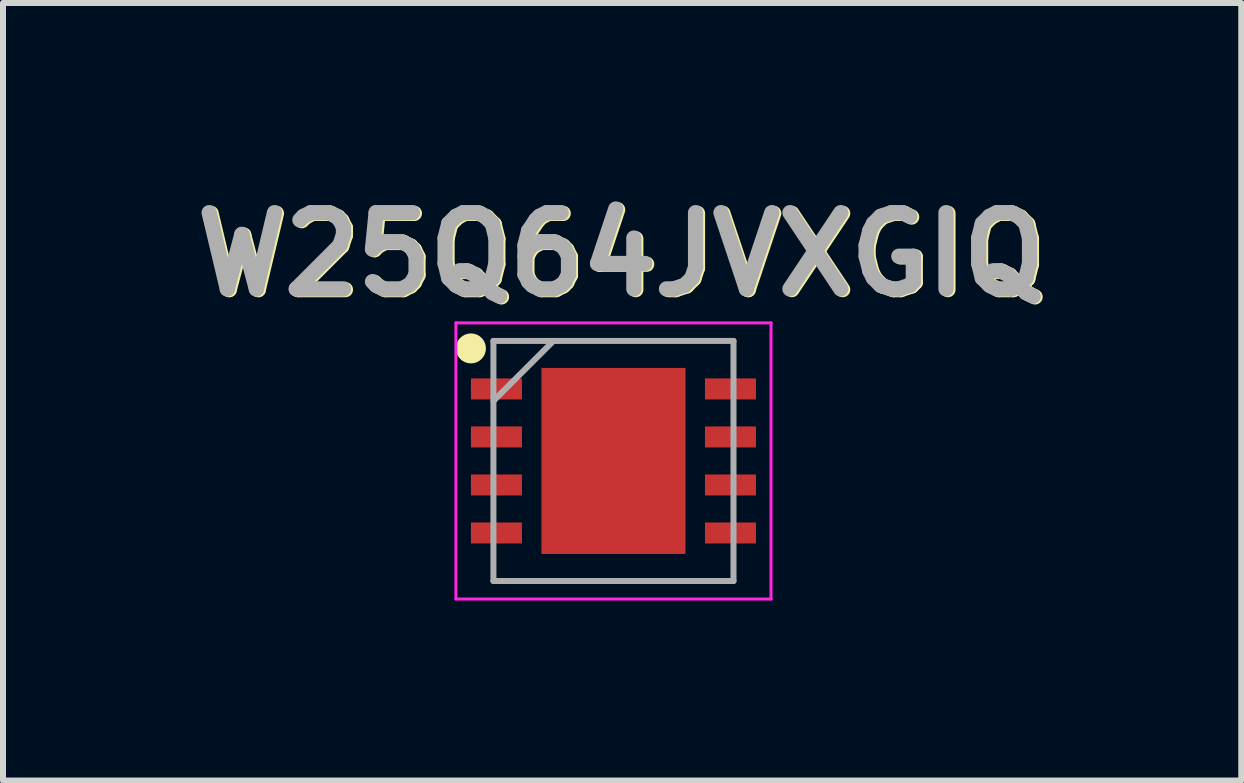
<source format=kicad_pcb>
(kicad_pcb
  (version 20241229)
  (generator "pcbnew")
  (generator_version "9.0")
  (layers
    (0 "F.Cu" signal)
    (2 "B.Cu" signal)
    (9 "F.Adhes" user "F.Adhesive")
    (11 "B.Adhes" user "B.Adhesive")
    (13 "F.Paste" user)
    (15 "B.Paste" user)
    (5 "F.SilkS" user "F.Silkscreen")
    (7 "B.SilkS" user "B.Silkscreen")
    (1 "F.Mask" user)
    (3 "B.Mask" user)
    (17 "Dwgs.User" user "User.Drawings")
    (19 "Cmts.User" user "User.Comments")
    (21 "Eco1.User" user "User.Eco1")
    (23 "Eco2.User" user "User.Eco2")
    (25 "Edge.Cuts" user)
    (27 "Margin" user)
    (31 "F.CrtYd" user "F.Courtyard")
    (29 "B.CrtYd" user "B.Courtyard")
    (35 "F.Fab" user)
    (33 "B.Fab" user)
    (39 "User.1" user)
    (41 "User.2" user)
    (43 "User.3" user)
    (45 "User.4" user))
  (footprint "W25Q64JVXGIQ"
    (layer "F.Cu")
    (at 7.171 4.63)
    (property "Reference" "W25Q64JVXGIQ" (at 0.16 -3.429 0) (layer "F.SilkS") (effects (font (size 1.27 1.27) (thickness 0.254))))
    (attr smd)
    (fp_circle (center -2.375 -1.875) (end -2.375 -1.75) (stroke (width 0.25) (type solid)) (fill no) (layer "F.SilkS"))
    (fp_line (start -2.625 -2.3) (end 2.625 -2.3) (stroke (width 0.05) (type solid)) (layer "F.CrtYd"))
    (fp_line (start -2.625 2.3) (end -2.625 -2.3) (stroke (width 0.05) (type solid)) (layer "F.CrtYd"))
    (fp_line (start 2.625 -2.3) (end 2.625 2.3) (stroke (width 0.05) (type solid)) (layer "F.CrtYd"))
    (fp_line (start 2.625 2.3) (end -2.625 2.3) (stroke (width 0.05) (type solid)) (layer "F.CrtYd"))
    (fp_line (start -2 -2) (end 2 -2) (stroke (width 0.1) (type solid)) (layer "F.Fab"))
    (fp_line (start -2 -1) (end -1 -2) (stroke (width 0.1) (type solid)) (layer "F.Fab"))
    (fp_line (start -2 2) (end -2 -2) (stroke (width 0.1) (type solid)) (layer "F.Fab"))
    (fp_line (start 2 -2) (end 2 2) (stroke (width 0.1) (type solid)) (layer "F.Fab"))
    (fp_line (start 2 2) (end -2 2) (stroke (width 0.1) (type solid)) (layer "F.Fab"))
    (fp_text user "${REFERENCE}" (at 0.128 -3.441 0) (layer "F.Fab") (effects (font (size 1.27 1.27) (thickness 0.254))))
    (pad "1" smd rect (at -1.95 -1.2 90) (size 0.35 0.85) (layers "F.Cu" "F.Mask" "F.Paste"))
    (pad "2" smd rect (at -1.95 -0.4 90) (size 0.35 0.85) (layers "F.Cu" "F.Mask" "F.Paste"))
    (pad "3" smd rect (at -1.95 0.4 90) (size 0.35 0.85) (layers "F.Cu" "F.Mask" "F.Paste"))
    (pad "4" smd rect (at -1.95 1.2 90) (size 0.35 0.85) (layers "F.Cu" "F.Mask" "F.Paste"))
    (pad "5" smd rect (at 1.95 1.2 90) (size 0.35 0.85) (layers "F.Cu" "F.Mask" "F.Paste"))
    (pad "6" smd rect (at 1.95 0.4 90) (size 0.35 0.85) (layers "F.Cu" "F.Mask" "F.Paste"))
    (pad "7" smd rect (at 1.95 -0.4 90) (size 0.35 0.85) (layers "F.Cu" "F.Mask" "F.Paste"))
    (pad "8" smd rect (at 1.95 -1.2 90) (size 0.35 0.85) (layers "F.Cu" "F.Mask" "F.Paste"))
    (pad "9" smd rect (at 0 0) (size 2.4 3.1) (layers "F.Cu" "F.Mask" "F.Paste")))
  (gr_rect
    (start -3 -3)
    (end 17.631 9.955)
    (stroke (width 0.1) (type default))
    (fill no)
    (layer "Edge.Cuts")))
</source>
